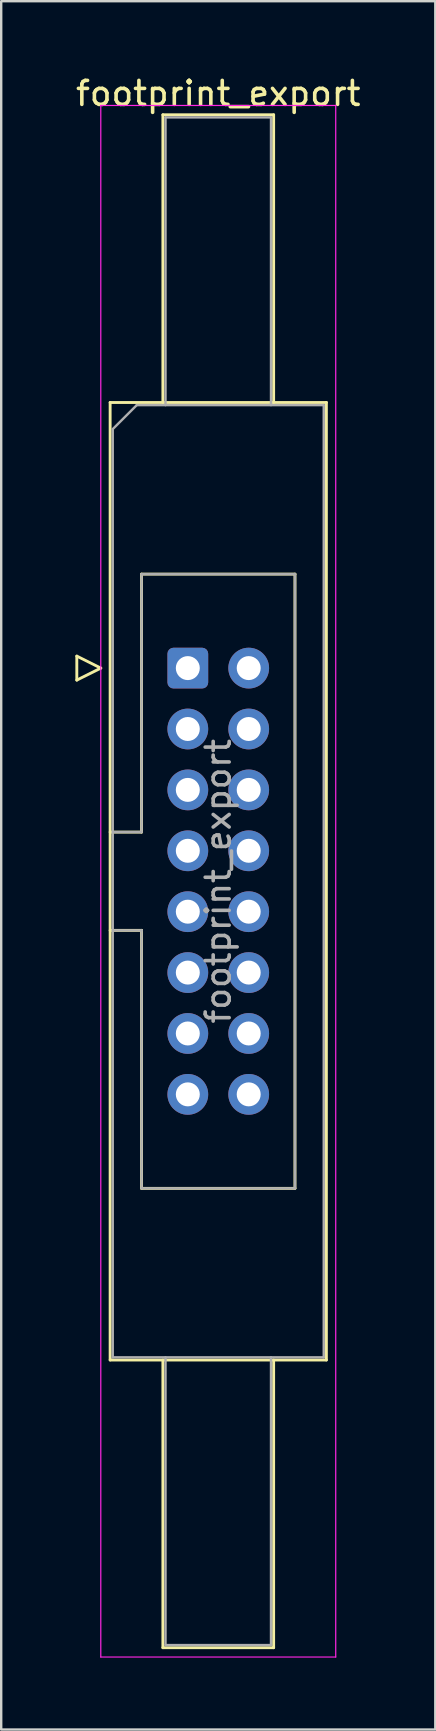
<source format=kicad_pcb>
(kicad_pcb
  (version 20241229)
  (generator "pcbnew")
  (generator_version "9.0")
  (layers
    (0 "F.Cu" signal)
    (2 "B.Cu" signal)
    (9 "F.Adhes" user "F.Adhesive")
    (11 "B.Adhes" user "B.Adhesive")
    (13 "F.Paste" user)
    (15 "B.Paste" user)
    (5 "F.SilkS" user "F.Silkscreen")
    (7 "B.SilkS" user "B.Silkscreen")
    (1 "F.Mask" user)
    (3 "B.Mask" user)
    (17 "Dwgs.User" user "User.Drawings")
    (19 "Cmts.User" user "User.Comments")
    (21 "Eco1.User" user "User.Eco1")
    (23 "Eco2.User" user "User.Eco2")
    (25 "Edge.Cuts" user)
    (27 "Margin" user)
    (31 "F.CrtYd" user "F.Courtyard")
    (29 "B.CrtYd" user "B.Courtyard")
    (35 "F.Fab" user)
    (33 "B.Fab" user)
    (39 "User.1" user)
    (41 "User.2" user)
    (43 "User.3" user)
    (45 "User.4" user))
  (footprint "footprint_export"
    (layer "F.Cu")
    (at 4.784 24.818)
    (property "Reference" "footprint_export" (at 1.27 -23.97 0) (layer "F.SilkS") (effects (font (size 1 1) (thickness 0.15))))
    (attr through_hole)
    (fp_line (start -4.63 -0.5) (end -4.63 0.5) (stroke (width 0.12) (type solid)) (layer "F.SilkS"))
    (fp_line (start -4.63 0.5) (end -3.63 0) (stroke (width 0.12) (type solid)) (layer "F.SilkS"))
    (fp_line (start -3.63 0) (end -4.63 -0.5) (stroke (width 0.12) (type solid)) (layer "F.SilkS"))
    (fp_line (start -3.24 -11.08) (end 5.78 -11.08) (stroke (width 0.12) (type solid)) (layer "F.SilkS"))
    (fp_line (start -3.24 6.84) (end -1.93 6.84) (stroke (width 0.12) (type solid)) (layer "F.SilkS"))
    (fp_line (start -3.24 28.86) (end -3.24 -11.08) (stroke (width 0.12) (type solid)) (layer "F.SilkS"))
    (fp_line (start -1.93 -3.92) (end 4.47 -3.92) (stroke (width 0.12) (type solid)) (layer "F.SilkS"))
    (fp_line (start -1.93 6.84) (end -1.93 -3.92) (stroke (width 0.12) (type solid)) (layer "F.SilkS"))
    (fp_line (start -1.93 10.94) (end -3.24 10.94) (stroke (width 0.12) (type solid)) (layer "F.SilkS"))
    (fp_line (start -1.93 10.94) (end -1.93 10.94) (stroke (width 0.12) (type solid)) (layer "F.SilkS"))
    (fp_line (start -1.93 21.7) (end -1.93 10.94) (stroke (width 0.12) (type solid)) (layer "F.SilkS"))
    (fp_line (start -1.04 -23.08) (end 3.58 -23.08) (stroke (width 0.12) (type solid)) (layer "F.SilkS"))
    (fp_line (start -1.04 -11.08) (end -1.04 -23.08) (stroke (width 0.12) (type solid)) (layer "F.SilkS"))
    (fp_line (start -1.04 28.86) (end -1.04 40.86) (stroke (width 0.12) (type solid)) (layer "F.SilkS"))
    (fp_line (start -1.04 40.86) (end 3.58 40.86) (stroke (width 0.12) (type solid)) (layer "F.SilkS"))
    (fp_line (start 3.58 -23.08) (end 3.58 -11.08) (stroke (width 0.12) (type solid)) (layer "F.SilkS"))
    (fp_line (start 3.58 40.86) (end 3.58 28.86) (stroke (width 0.12) (type solid)) (layer "F.SilkS"))
    (fp_line (start 4.47 -3.92) (end 4.47 21.7) (stroke (width 0.12) (type solid)) (layer "F.SilkS"))
    (fp_line (start 4.47 21.7) (end -1.93 21.7) (stroke (width 0.12) (type solid)) (layer "F.SilkS"))
    (fp_line (start 5.78 -11.08) (end 5.78 28.86) (stroke (width 0.12) (type solid)) (layer "F.SilkS"))
    (fp_line (start 5.78 28.86) (end -3.24 28.86) (stroke (width 0.12) (type solid)) (layer "F.SilkS"))
    (fp_line (start -3.63 -23.47) (end -3.63 41.25) (stroke (width 0.05) (type solid)) (layer "F.CrtYd"))
    (fp_line (start -3.63 41.25) (end 6.17 41.25) (stroke (width 0.05) (type solid)) (layer "F.CrtYd"))
    (fp_line (start 6.17 -23.47) (end -3.63 -23.47) (stroke (width 0.05) (type solid)) (layer "F.CrtYd"))
    (fp_line (start 6.17 41.25) (end 6.17 -23.47) (stroke (width 0.05) (type solid)) (layer "F.CrtYd"))
    (fp_line (start -3.13 -9.97) (end -2.13 -10.97) (stroke (width 0.1) (type solid)) (layer "F.Fab"))
    (fp_line (start -3.13 6.84) (end -1.93 6.84) (stroke (width 0.1) (type solid)) (layer "F.Fab"))
    (fp_line (start -3.13 28.75) (end -3.13 -9.97) (stroke (width 0.1) (type solid)) (layer "F.Fab"))
    (fp_line (start -2.13 -10.97) (end 5.67 -10.97) (stroke (width 0.1) (type solid)) (layer "F.Fab"))
    (fp_line (start -1.93 -3.92) (end 4.47 -3.92) (stroke (width 0.1) (type solid)) (layer "F.Fab"))
    (fp_line (start -1.93 6.84) (end -1.93 -3.92) (stroke (width 0.1) (type solid)) (layer "F.Fab"))
    (fp_line (start -1.93 10.94) (end -3.13 10.94) (stroke (width 0.1) (type solid)) (layer "F.Fab"))
    (fp_line (start -1.93 10.94) (end -1.93 10.94) (stroke (width 0.1) (type solid)) (layer "F.Fab"))
    (fp_line (start -1.93 21.7) (end -1.93 10.94) (stroke (width 0.1) (type solid)) (layer "F.Fab"))
    (fp_line (start -0.93 -22.97) (end 3.47 -22.97) (stroke (width 0.1) (type solid)) (layer "F.Fab"))
    (fp_line (start -0.93 -10.97) (end -0.93 -22.97) (stroke (width 0.1) (type solid)) (layer "F.Fab"))
    (fp_line (start -0.93 28.75) (end -0.93 40.75) (stroke (width 0.1) (type solid)) (layer "F.Fab"))
    (fp_line (start -0.93 40.75) (end 3.47 40.75) (stroke (width 0.1) (type solid)) (layer "F.Fab"))
    (fp_line (start 3.47 -22.97) (end 3.47 -10.97) (stroke (width 0.1) (type solid)) (layer "F.Fab"))
    (fp_line (start 3.47 40.75) (end 3.47 28.75) (stroke (width 0.1) (type solid)) (layer "F.Fab"))
    (fp_line (start 4.47 -3.92) (end 4.47 21.7) (stroke (width 0.1) (type solid)) (layer "F.Fab"))
    (fp_line (start 4.47 21.7) (end -1.93 21.7) (stroke (width 0.1) (type solid)) (layer "F.Fab"))
    (fp_line (start 5.67 -10.97) (end 5.67 28.75) (stroke (width 0.1) (type solid)) (layer "F.Fab"))
    (fp_line (start 5.67 28.75) (end -3.13 28.75) (stroke (width 0.1) (type solid)) (layer "F.Fab"))
    (fp_text user "${REFERENCE}" (at 1.27 8.89 90) (layer "F.Fab") (effects (font (size 1 1) (thickness 0.15))))
    (pad "1" thru_hole roundrect (at 0 0) (size 1.7 1.7) (drill 1) (layers "*.Cu" "*.Mask") (roundrect_rratio 0.147))
    (pad "2" thru_hole circle (at 2.54 0) (size 1.7 1.7) (drill 1) (layers "*.Cu" "*.Mask"))
    (pad "3" thru_hole circle (at 0 2.54) (size 1.7 1.7) (drill 1) (layers "*.Cu" "*.Mask"))
    (pad "4" thru_hole circle (at 2.54 2.54) (size 1.7 1.7) (drill 1) (layers "*.Cu" "*.Mask"))
    (pad "5" thru_hole circle (at 0 5.08) (size 1.7 1.7) (drill 1) (layers "*.Cu" "*.Mask"))
    (pad "6" thru_hole circle (at 2.54 5.08) (size 1.7 1.7) (drill 1) (layers "*.Cu" "*.Mask"))
    (pad "7" thru_hole circle (at 0 7.62) (size 1.7 1.7) (drill 1) (layers "*.Cu" "*.Mask"))
    (pad "8" thru_hole circle (at 2.54 7.62) (size 1.7 1.7) (drill 1) (layers "*.Cu" "*.Mask"))
    (pad "9" thru_hole circle (at 0 10.16) (size 1.7 1.7) (drill 1) (layers "*.Cu" "*.Mask"))
    (pad "10" thru_hole circle (at 2.54 10.16) (size 1.7 1.7) (drill 1) (layers "*.Cu" "*.Mask"))
    (pad "11" thru_hole circle (at 0 12.7) (size 1.7 1.7) (drill 1) (layers "*.Cu" "*.Mask"))
    (pad "12" thru_hole circle (at 2.54 12.7) (size 1.7 1.7) (drill 1) (layers "*.Cu" "*.Mask"))
    (pad "13" thru_hole circle (at 0 15.24) (size 1.7 1.7) (drill 1) (layers "*.Cu" "*.Mask"))
    (pad "14" thru_hole circle (at 2.54 15.24) (size 1.7 1.7) (drill 1) (layers "*.Cu" "*.Mask"))
    (pad "15" thru_hole circle (at 0 17.78) (size 1.7 1.7) (drill 1) (layers "*.Cu" "*.Mask"))
    (pad "16" thru_hole circle (at 2.54 17.78) (size 1.7 1.7) (drill 1) (layers "*.Cu" "*.Mask")))
  (gr_rect
    (start -3 -3)
    (end 15.107 69.093)
    (stroke (width 0.1) (type default))
    (fill no)
    (layer "Edge.Cuts")))
</source>
